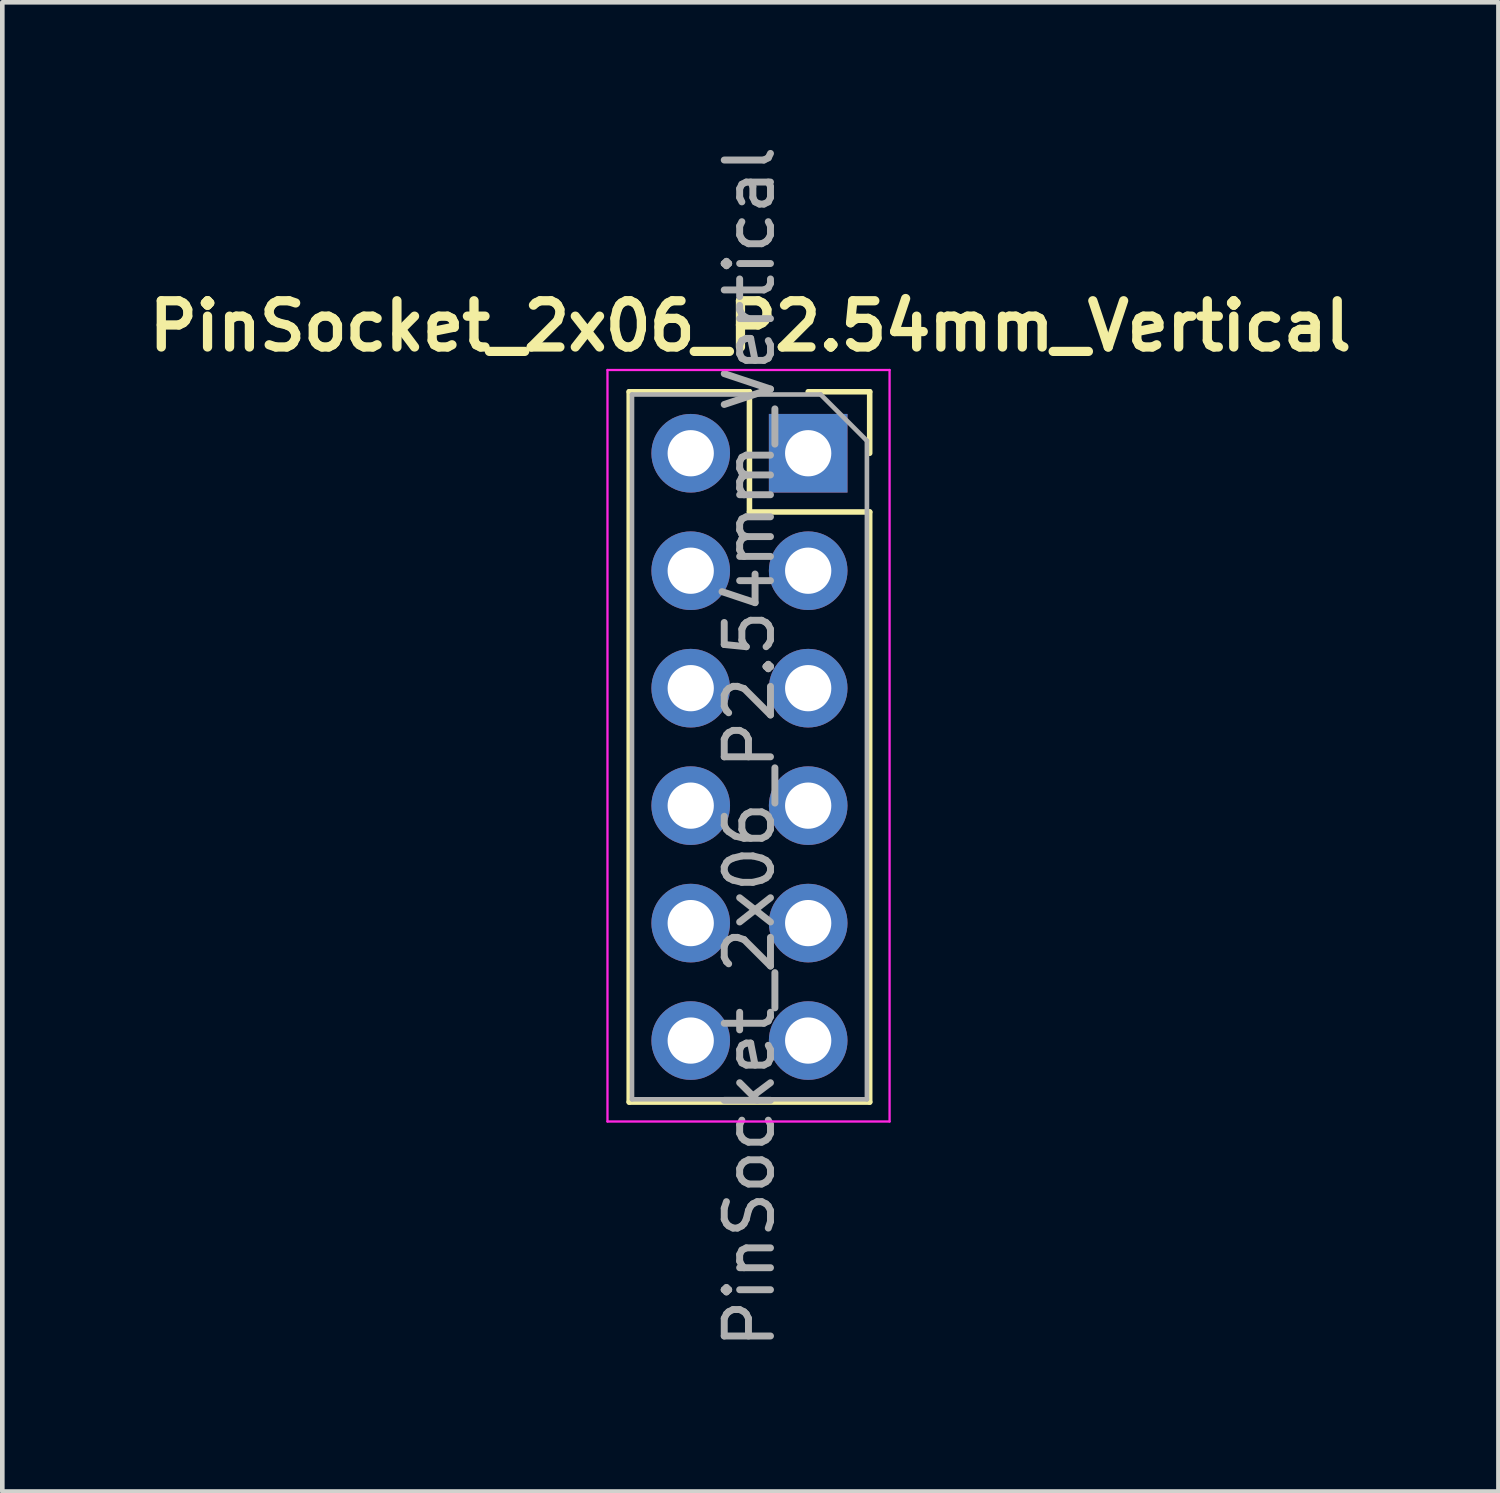
<source format=kicad_pcb>
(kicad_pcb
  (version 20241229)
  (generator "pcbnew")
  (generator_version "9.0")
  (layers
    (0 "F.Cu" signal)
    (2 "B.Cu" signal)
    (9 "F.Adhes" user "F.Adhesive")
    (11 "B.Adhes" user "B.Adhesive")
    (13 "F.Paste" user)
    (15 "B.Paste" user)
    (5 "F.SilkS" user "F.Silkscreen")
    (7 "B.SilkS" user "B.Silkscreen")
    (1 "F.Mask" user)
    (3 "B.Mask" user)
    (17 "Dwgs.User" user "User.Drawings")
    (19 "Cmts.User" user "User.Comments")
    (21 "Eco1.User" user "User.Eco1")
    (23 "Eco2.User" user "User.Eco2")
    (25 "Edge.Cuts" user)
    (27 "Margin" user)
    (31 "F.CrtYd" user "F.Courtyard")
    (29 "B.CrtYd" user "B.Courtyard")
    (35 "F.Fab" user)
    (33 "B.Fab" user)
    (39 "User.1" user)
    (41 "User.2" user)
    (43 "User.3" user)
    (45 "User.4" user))
  (footprint "PinSocket_2x06_P2.54mm_Vertical"
    (layer "F.Cu")
    (at 14.426 6.751)
    (property "Reference" "PinSocket_2x06_P2.54mm_Vertical" (at -1.25 -2.75 180) (layer "F.SilkS") (effects (font (size 1 1) (thickness 0.2) (bold yes))))
    (attr through_hole)
    (fp_line (start -3.87 -1.33) (end -3.87 14.03) (stroke (width 0.12) (type solid)) (layer "F.SilkS"))
    (fp_line (start -3.87 -1.33) (end -1.27 -1.33) (stroke (width 0.12) (type solid)) (layer "F.SilkS"))
    (fp_line (start -3.87 14.03) (end 1.33 14.03) (stroke (width 0.12) (type solid)) (layer "F.SilkS"))
    (fp_line (start -1.27 -1.33) (end -1.27 1.27) (stroke (width 0.12) (type solid)) (layer "F.SilkS"))
    (fp_line (start -1.27 1.27) (end 1.33 1.27) (stroke (width 0.12) (type solid)) (layer "F.SilkS"))
    (fp_line (start 0 -1.33) (end 1.33 -1.33) (stroke (width 0.12) (type solid)) (layer "F.SilkS"))
    (fp_line (start 1.33 -1.33) (end 1.33 0) (stroke (width 0.12) (type solid)) (layer "F.SilkS"))
    (fp_line (start 1.33 1.27) (end 1.33 14.03) (stroke (width 0.12) (type solid)) (layer "F.SilkS"))
    (fp_line (start -4.34 -1.8) (end 1.76 -1.8) (stroke (width 0.05) (type solid)) (layer "F.CrtYd"))
    (fp_line (start -4.34 14.45) (end -4.34 -1.8) (stroke (width 0.05) (type solid)) (layer "F.CrtYd"))
    (fp_line (start 1.76 -1.8) (end 1.76 14.45) (stroke (width 0.05) (type solid)) (layer "F.CrtYd"))
    (fp_line (start 1.76 14.45) (end -4.34 14.45) (stroke (width 0.05) (type solid)) (layer "F.CrtYd"))
    (fp_line (start -3.81 -1.27) (end 0.27 -1.27) (stroke (width 0.1) (type solid)) (layer "F.Fab"))
    (fp_line (start -3.81 13.97) (end -3.81 -1.27) (stroke (width 0.1) (type solid)) (layer "F.Fab"))
    (fp_line (start 0.27 -1.27) (end 1.27 -0.27) (stroke (width 0.1) (type solid)) (layer "F.Fab"))
    (fp_line (start 1.27 -0.27) (end 1.27 13.97) (stroke (width 0.1) (type solid)) (layer "F.Fab"))
    (fp_line (start 1.27 13.97) (end -3.81 13.97) (stroke (width 0.1) (type solid)) (layer "F.Fab"))
    (fp_text user "${REFERENCE}" (at -1.27 6.35 270) (layer "F.Fab") (effects (font (size 1 1) (thickness 0.15))))
    (pad "1" thru_hole rect (at 0 0) (size 1.7 1.7) (drill 1) (layers "*.Cu" "*.Mask"))
    (pad "2" thru_hole oval (at -2.54 0) (size 1.7 1.7) (drill 1) (layers "*.Cu" "*.Mask"))
    (pad "3" thru_hole oval (at 0 2.54) (size 1.7 1.7) (drill 1) (layers "*.Cu" "*.Mask"))
    (pad "4" thru_hole oval (at -2.54 2.54) (size 1.7 1.7) (drill 1) (layers "*.Cu" "*.Mask"))
    (pad "5" thru_hole oval (at 0 5.08) (size 1.7 1.7) (drill 1) (layers "*.Cu" "*.Mask"))
    (pad "6" thru_hole oval (at -2.54 5.08) (size 1.7 1.7) (drill 1) (layers "*.Cu" "*.Mask"))
    (pad "7" thru_hole oval (at 0 7.62) (size 1.7 1.7) (drill 1) (layers "*.Cu" "*.Mask"))
    (pad "8" thru_hole oval (at -2.54 7.62) (size 1.7 1.7) (drill 1) (layers "*.Cu" "*.Mask"))
    (pad "9" thru_hole oval (at 0 10.16) (size 1.7 1.7) (drill 1) (layers "*.Cu" "*.Mask"))
    (pad "10" thru_hole oval (at -2.54 10.16) (size 1.7 1.7) (drill 1) (layers "*.Cu" "*.Mask"))
    (pad "11" thru_hole oval (at 0 12.7) (size 1.7 1.7) (drill 1) (layers "*.Cu" "*.Mask"))
    (pad "12" thru_hole oval (at -2.54 12.7) (size 1.7 1.7) (drill 1) (layers "*.Cu" "*.Mask")))
  (gr_rect
    (start -3 -3)
    (end 29.352 29.202)
    (stroke (width 0.1) (type default))
    (fill no)
    (layer "Edge.Cuts")))
</source>
